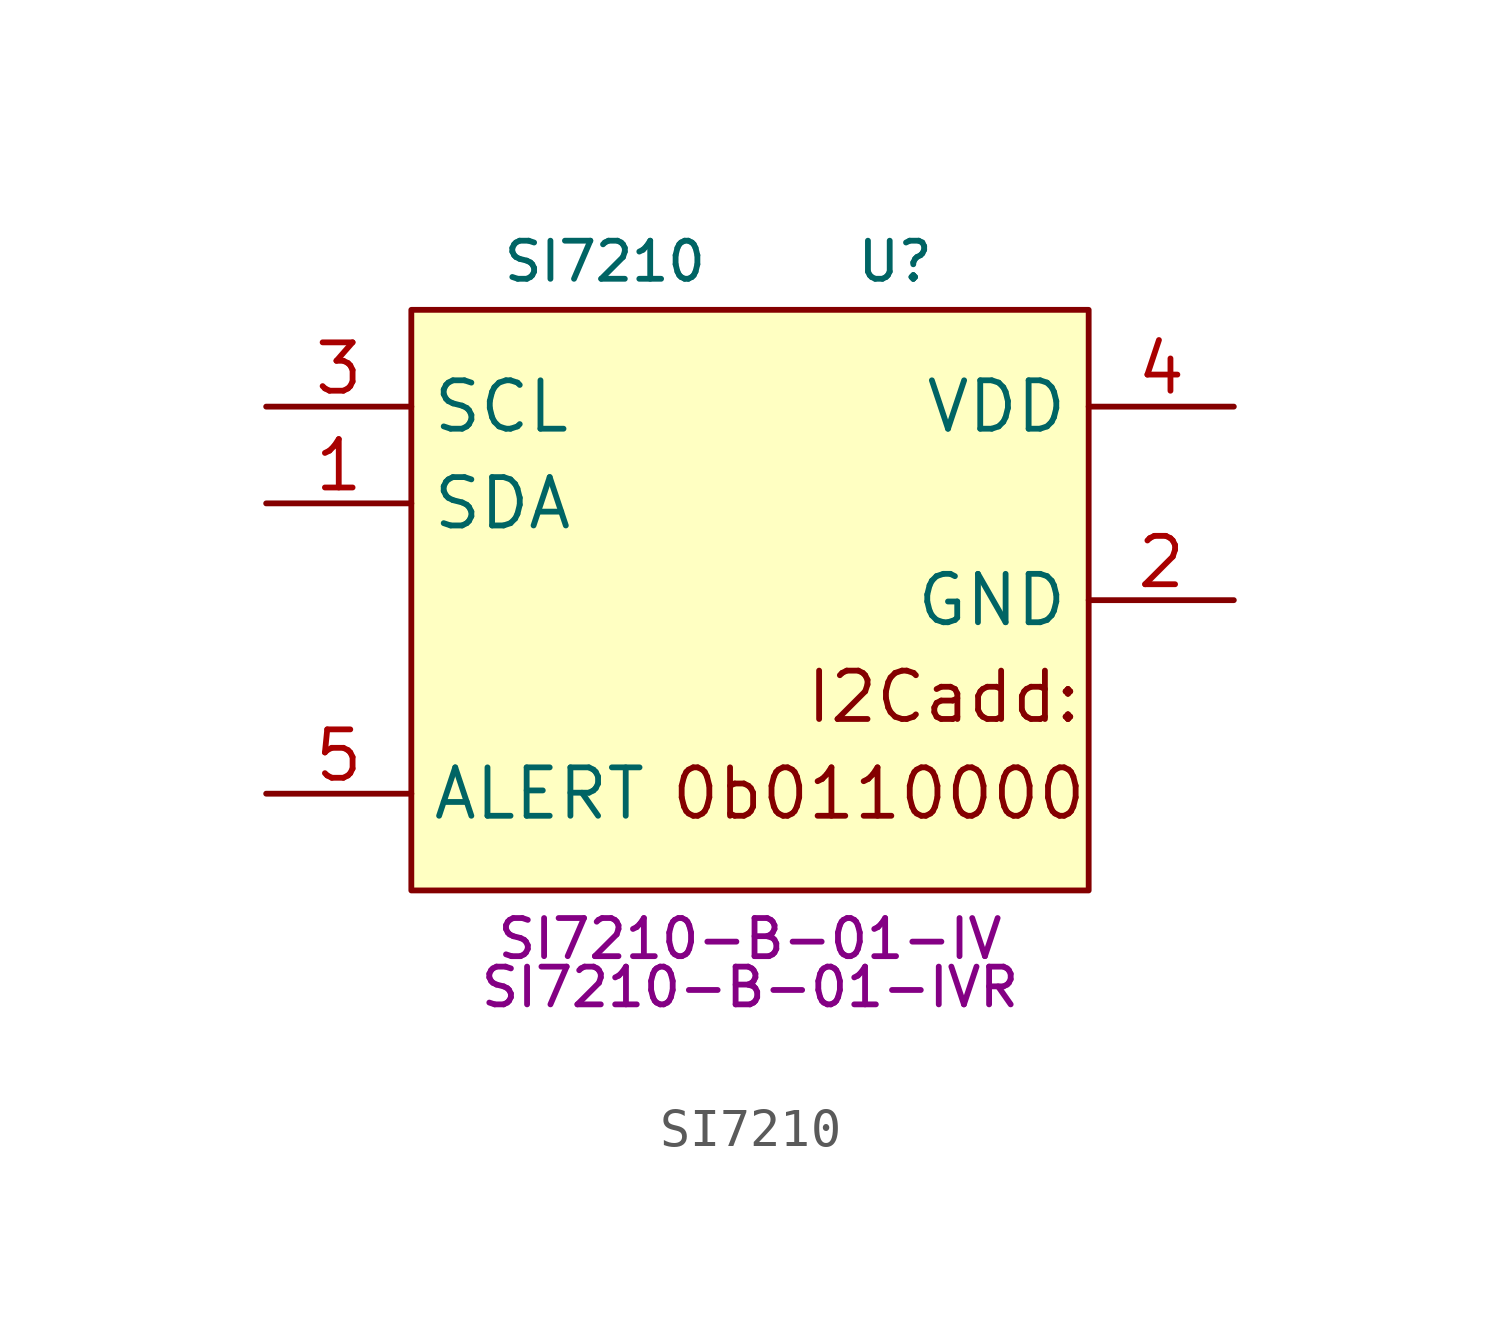
<source format=kicad_sym>
(kicad_symbol_lib
  (version 20231120)
  (generator "kicad_symbol_editor")
  (generator_version "8.0")
  (symbol "SI7210"
    (property "Reference" "U"
      (at 3.81 6.35 0)
      (effects (font (size 1 1))))
    (property "Value" "SI7210"
      (at -3.81 6.35 0)
      (effects (font (size 1 1))))
    (property "MPN" "SI7210-B-01-IV"
      (at 0 -11.43 0)
      (effects (font (size 1 1))))
    (property "MPN2" "SI7210-B-01-IVR"
      (at 0 -12.7 0)
      (effects (font (size 0.991 0.991))))
    (symbol "SI7210_0_0"
      (text "I2Cadd:" (at 5.08 -5.08 0) (effects (font (size 1.27 1.27)))))
    (symbol "SI7210_1_0"
      (text "0b0110000" (at 8.89 -7.62 0) (effects (font (size 1.27 1.27)) (justify right))))
    (symbol "SI7210_1_1"
      (rectangle (start -8.89 5.08) (end 8.89 -10.16) (stroke (width 0) (type default)) (fill (type background)))
      (pin bidirectional line (at -12.7 0 0) (length 3.81) (name "SDA" (effects (font (size 1.27 1.27)))) (number "1" (effects (font (size 1.27 1.27)))))
      (pin power_in line (at 12.7 -2.54 180) (length 3.81) (name "GND" (effects (font (size 1.27 1.27)))) (number "2" (effects (font (size 1.27 1.27)))))
      (pin input line (at -12.7 2.54 0) (length 3.81) (name "SCL" (effects (font (size 1.27 1.27)))) (number "3" (effects (font (size 1.27 1.27)))))
      (pin power_in line (at 12.7 2.54 180) (length 3.81) (name "VDD" (effects (font (size 1.27 1.27)))) (number "4" (effects (font (size 1.27 1.27)))))
      (pin open_collector line (at -12.7 -7.62 0) (length 3.81) (name "ALERT" (effects (font (size 1.27 1.27)))) (number "5" (effects (font (size 1.27 1.27))))))))
</source>
